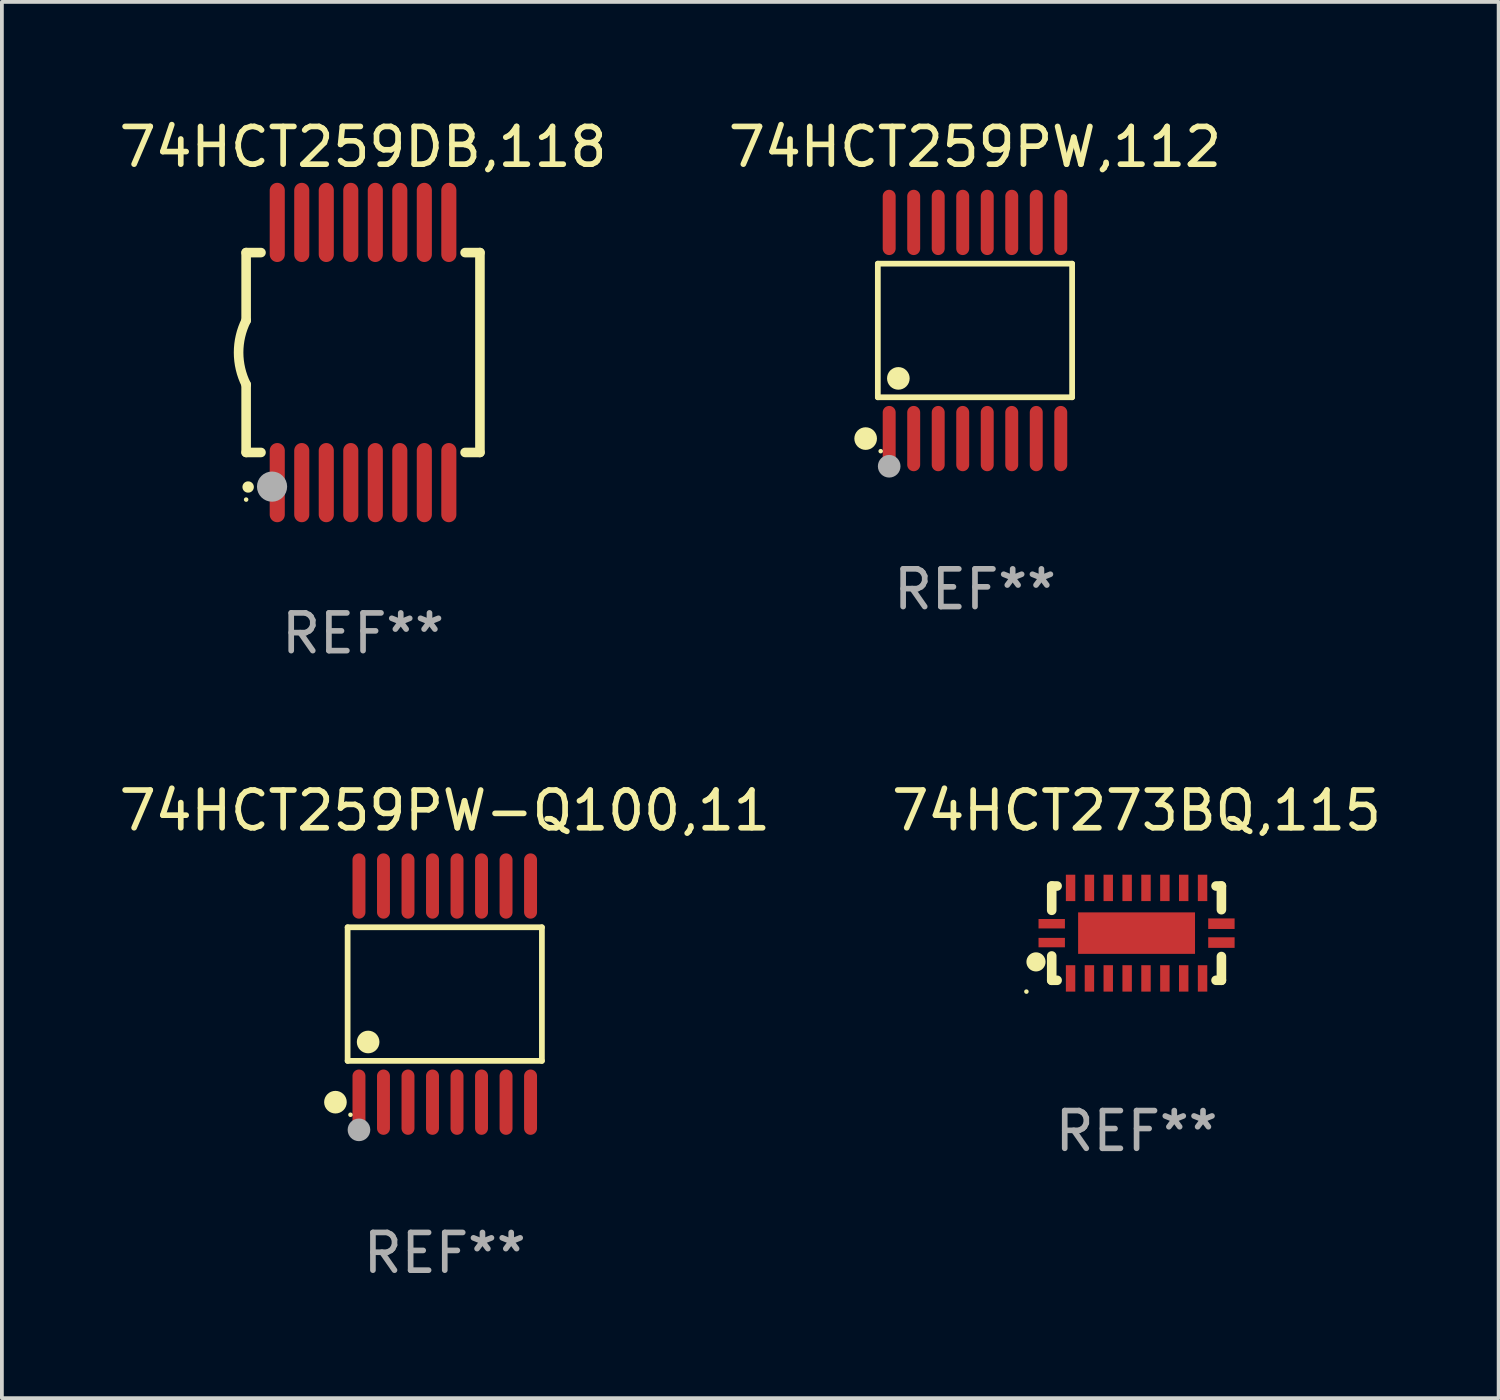
<source format=kicad_pcb>
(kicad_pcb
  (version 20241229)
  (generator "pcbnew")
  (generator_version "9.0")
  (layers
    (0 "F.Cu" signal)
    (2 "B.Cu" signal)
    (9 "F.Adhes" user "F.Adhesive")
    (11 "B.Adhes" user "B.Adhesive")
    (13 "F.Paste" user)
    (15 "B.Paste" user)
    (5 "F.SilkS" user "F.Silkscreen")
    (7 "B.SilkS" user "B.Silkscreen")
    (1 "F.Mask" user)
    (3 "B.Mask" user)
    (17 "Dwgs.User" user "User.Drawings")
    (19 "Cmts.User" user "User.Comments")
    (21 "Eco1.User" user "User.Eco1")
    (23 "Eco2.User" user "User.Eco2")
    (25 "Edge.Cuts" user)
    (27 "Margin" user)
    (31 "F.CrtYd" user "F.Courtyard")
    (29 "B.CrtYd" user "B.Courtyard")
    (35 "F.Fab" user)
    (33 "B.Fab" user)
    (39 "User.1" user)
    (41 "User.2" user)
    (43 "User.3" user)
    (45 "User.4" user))
  (footprint "74HCT259PW,112"
    (layer "F.Cu")
    (at 22.804 5.714)
    (property "Reference" "74HCT259PW,112" (at 0 -4.866 0) (layer "F.SilkS") (effects (font (size 1 1) (thickness 0.15))))
    (attr through_hole)
    (fp_line (start -2.576 -1.772) (end 2.576 -1.772) (stroke (width 0.152) (type solid)) (layer "F.SilkS"))
    (fp_line (start -2.576 1.771) (end -2.576 -1.772) (stroke (width 0.152) (type solid)) (layer "F.SilkS"))
    (fp_line (start 2.576 -1.772) (end 2.576 1.771) (stroke (width 0.152) (type solid)) (layer "F.SilkS"))
    (fp_line (start 2.576 1.771) (end -2.576 1.771) (stroke (width 0.152) (type solid)) (layer "F.SilkS"))
    (fp_circle (center -2.899 2.866) (end -2.749 2.866) (stroke (width 0.3) (type solid)) (fill no) (layer "F.SilkS"))
    (fp_circle (center -2.5 3.2) (end -2.47 3.2) (stroke (width 0.06) (type solid)) (fill no) (layer "F.SilkS"))
    (fp_circle (center -2.032 1.27) (end -1.882 1.27) (stroke (width 0.3) (type solid)) (fill no) (layer "F.SilkS"))
    (fp_circle (center -2.275 3.6) (end -2.125 3.6) (stroke (width 0.3) (type solid)) (fill no) (layer "F.Fab"))
    (fp_text user "REF**" (at 0 6.866 0) (layer "F.Fab") (effects (font (size 1 1) (thickness 0.15))))
    (pad "1" smd oval (at -2.275 2.866) (size 0.343 1.731) (layers "F.Cu" "F.Mask" "F.Paste"))
    (pad "2" smd oval (at -1.625 2.866) (size 0.343 1.731) (layers "F.Cu" "F.Mask" "F.Paste"))
    (pad "3" smd oval (at -0.975 2.866) (size 0.343 1.731) (layers "F.Cu" "F.Mask" "F.Paste"))
    (pad "4" smd oval (at -0.325 2.866) (size 0.343 1.731) (layers "F.Cu" "F.Mask" "F.Paste"))
    (pad "5" smd oval (at 0.325 2.866) (size 0.343 1.731) (layers "F.Cu" "F.Mask" "F.Paste"))
    (pad "6" smd oval (at 0.975 2.866) (size 0.343 1.731) (layers "F.Cu" "F.Mask" "F.Paste"))
    (pad "7" smd oval (at 1.625 2.866) (size 0.343 1.731) (layers "F.Cu" "F.Mask" "F.Paste"))
    (pad "8" smd oval (at 2.275 2.866) (size 0.343 1.731) (layers "F.Cu" "F.Mask" "F.Paste"))
    (pad "9" smd oval (at 2.275 -2.866) (size 0.343 1.731) (layers "F.Cu" "F.Mask" "F.Paste"))
    (pad "10" smd oval (at 1.625 -2.866) (size 0.343 1.731) (layers "F.Cu" "F.Mask" "F.Paste"))
    (pad "11" smd oval (at 0.975 -2.866) (size 0.343 1.731) (layers "F.Cu" "F.Mask" "F.Paste"))
    (pad "12" smd oval (at 0.325 -2.866) (size 0.343 1.731) (layers "F.Cu" "F.Mask" "F.Paste"))
    (pad "13" smd oval (at -0.325 -2.866) (size 0.343 1.731) (layers "F.Cu" "F.Mask" "F.Paste"))
    (pad "14" smd oval (at -0.975 -2.866) (size 0.343 1.731) (layers "F.Cu" "F.Mask" "F.Paste"))
    (pad "15" smd oval (at -1.625 -2.866) (size 0.343 1.731) (layers "F.Cu" "F.Mask" "F.Paste"))
    (pad "16" smd oval (at -2.275 -2.866) (size 0.343 1.731) (layers "F.Cu" "F.Mask" "F.Paste")))
  (footprint "74HCT259PW-Q100,11"
    (layer "F.Cu")
    (at 8.744 23.311)
    (property "Reference" "74HCT259PW-Q100,11" (at 0 -4.866 0) (layer "F.SilkS") (effects (font (size 1 1) (thickness 0.15))))
    (attr through_hole)
    (fp_line (start -2.576 -1.772) (end 2.576 -1.772) (stroke (width 0.152) (type solid)) (layer "F.SilkS"))
    (fp_line (start -2.576 1.771) (end -2.576 -1.772) (stroke (width 0.152) (type solid)) (layer "F.SilkS"))
    (fp_line (start 2.576 -1.772) (end 2.576 1.771) (stroke (width 0.152) (type solid)) (layer "F.SilkS"))
    (fp_line (start 2.576 1.771) (end -2.576 1.771) (stroke (width 0.152) (type solid)) (layer "F.SilkS"))
    (fp_circle (center -2.899 2.866) (end -2.749 2.866) (stroke (width 0.3) (type solid)) (fill no) (layer "F.SilkS"))
    (fp_circle (center -2.5 3.2) (end -2.47 3.2) (stroke (width 0.06) (type solid)) (fill no) (layer "F.SilkS"))
    (fp_circle (center -2.032 1.27) (end -1.882 1.27) (stroke (width 0.3) (type solid)) (fill no) (layer "F.SilkS"))
    (fp_circle (center -2.275 3.6) (end -2.125 3.6) (stroke (width 0.3) (type solid)) (fill no) (layer "F.Fab"))
    (fp_text user "REF**" (at 0 6.866 0) (layer "F.Fab") (effects (font (size 1 1) (thickness 0.15))))
    (pad "1" smd oval (at -2.275 2.866) (size 0.343 1.731) (layers "F.Cu" "F.Mask" "F.Paste"))
    (pad "2" smd oval (at -1.625 2.866) (size 0.343 1.731) (layers "F.Cu" "F.Mask" "F.Paste"))
    (pad "3" smd oval (at -0.975 2.866) (size 0.343 1.731) (layers "F.Cu" "F.Mask" "F.Paste"))
    (pad "4" smd oval (at -0.325 2.866) (size 0.343 1.731) (layers "F.Cu" "F.Mask" "F.Paste"))
    (pad "5" smd oval (at 0.325 2.866) (size 0.343 1.731) (layers "F.Cu" "F.Mask" "F.Paste"))
    (pad "6" smd oval (at 0.975 2.866) (size 0.343 1.731) (layers "F.Cu" "F.Mask" "F.Paste"))
    (pad "7" smd oval (at 1.625 2.866) (size 0.343 1.731) (layers "F.Cu" "F.Mask" "F.Paste"))
    (pad "8" smd oval (at 2.275 2.866) (size 0.343 1.731) (layers "F.Cu" "F.Mask" "F.Paste"))
    (pad "9" smd oval (at 2.275 -2.866) (size 0.343 1.731) (layers "F.Cu" "F.Mask" "F.Paste"))
    (pad "10" smd oval (at 1.625 -2.866) (size 0.343 1.731) (layers "F.Cu" "F.Mask" "F.Paste"))
    (pad "11" smd oval (at 0.975 -2.866) (size 0.343 1.731) (layers "F.Cu" "F.Mask" "F.Paste"))
    (pad "12" smd oval (at 0.325 -2.866) (size 0.343 1.731) (layers "F.Cu" "F.Mask" "F.Paste"))
    (pad "13" smd oval (at -0.325 -2.866) (size 0.343 1.731) (layers "F.Cu" "F.Mask" "F.Paste"))
    (pad "14" smd oval (at -0.975 -2.866) (size 0.343 1.731) (layers "F.Cu" "F.Mask" "F.Paste"))
    (pad "15" smd oval (at -1.625 -2.866) (size 0.343 1.731) (layers "F.Cu" "F.Mask" "F.Paste"))
    (pad "16" smd oval (at -2.275 -2.866) (size 0.343 1.731) (layers "F.Cu" "F.Mask" "F.Paste")))
  (footprint "74HCT259DB,118"
    (layer "F.Cu")
    (at 6.577 6.298)
    (property "Reference" "74HCT259DB,118" (at 0 -5.45 0) (layer "F.SilkS") (effects (font (size 1 1) (thickness 0.15))))
    (attr through_hole)
    (fp_line (start -3.1 -2.65) (end -3.1 -0.85) (stroke (width 0.254) (type solid)) (layer "F.SilkS"))
    (fp_line (start -3.1 -2.65) (end -2.706 -2.65) (stroke (width 0.254) (type solid)) (layer "F.SilkS"))
    (fp_line (start -3.1 2.65) (end -3.1 0.85) (stroke (width 0.254) (type solid)) (layer "F.SilkS"))
    (fp_line (start -3.1 2.65) (end -2.706 2.65) (stroke (width 0.254) (type solid)) (layer "F.SilkS"))
    (fp_line (start 2.706 -2.65) (end 3.1 -2.65) (stroke (width 0.254) (type solid)) (layer "F.SilkS"))
    (fp_line (start 2.706 2.65) (end 3.1 2.65) (stroke (width 0.254) (type solid)) (layer "F.SilkS"))
    (fp_line (start 3.1 -2.65) (end 3.1 2.65) (stroke (width 0.254) (type solid)) (layer "F.SilkS"))
    (fp_arc (start -3.098907 0.850902) (mid -3.300057 0.000523) (end -3.1 -0.850114) (stroke (width 0.254001) (type solid)) (layer "F.SilkS"))
    (fp_arc (start -3.048006 3.566066) (mid -3.046736 3.566061) (end -3.045466 3.566066) (stroke (width 0.3) (type solid)) (layer "F.SilkS"))
    (fp_circle (center -3.1 3.9) (end -3.07 3.9) (stroke (width 0.06) (type solid)) (fill no) (layer "F.SilkS"))
    (fp_circle (center -2.413 3.556) (end -2.213 3.556) (stroke (width 0.4) (type solid)) (fill no) (layer "F.Fab"))
    (fp_text user "REF**" (at 0 7.45 0) (layer "F.Fab") (effects (font (size 1 1) (thickness 0.15))))
    (pad "1" smd oval (at -2.275 3.45 180) (size 0.4 2.1) (layers "F.Cu" "F.Mask" "F.Paste"))
    (pad "2" smd oval (at -1.625 3.45 180) (size 0.4 2.1) (layers "F.Cu" "F.Mask" "F.Paste"))
    (pad "3" smd oval (at -0.975 3.45 180) (size 0.4 2.1) (layers "F.Cu" "F.Mask" "F.Paste"))
    (pad "4" smd oval (at -0.325 3.45 180) (size 0.4 2.1) (layers "F.Cu" "F.Mask" "F.Paste"))
    (pad "5" smd oval (at 0.325 3.45 180) (size 0.4 2.1) (layers "F.Cu" "F.Mask" "F.Paste"))
    (pad "6" smd oval (at 0.975 3.45 180) (size 0.4 2.1) (layers "F.Cu" "F.Mask" "F.Paste"))
    (pad "7" smd oval (at 1.625 3.45 180) (size 0.4 2.1) (layers "F.Cu" "F.Mask" "F.Paste"))
    (pad "8" smd oval (at 2.275 3.45 180) (size 0.4 2.1) (layers "F.Cu" "F.Mask" "F.Paste"))
    (pad "9" smd oval (at 2.275 -3.45 180) (size 0.4 2.1) (layers "F.Cu" "F.Mask" "F.Paste"))
    (pad "10" smd oval (at 1.625 -3.45 180) (size 0.4 2.1) (layers "F.Cu" "F.Mask" "F.Paste"))
    (pad "11" smd oval (at 0.975 -3.45 180) (size 0.4 2.1) (layers "F.Cu" "F.Mask" "F.Paste"))
    (pad "12" smd oval (at 0.325 -3.45 180) (size 0.4 2.1) (layers "F.Cu" "F.Mask" "F.Paste"))
    (pad "13" smd oval (at -0.325 -3.45 180) (size 0.4 2.1) (layers "F.Cu" "F.Mask" "F.Paste"))
    (pad "14" smd oval (at -0.975 -3.45 180) (size 0.4 2.1) (layers "F.Cu" "F.Mask" "F.Paste"))
    (pad "15" smd oval (at -1.625 -3.45 180) (size 0.4 2.1) (layers "F.Cu" "F.Mask" "F.Paste"))
    (pad "16" smd oval (at -2.275 -3.45 180) (size 0.4 2.1) (layers "F.Cu" "F.Mask" "F.Paste")))
  (footprint "74HCT273BQ,115"
    (layer "F.Cu")
    (at 27.089 21.695)
    (property "Reference" "74HCT273BQ,115" (at 0 -3.25 0) (layer "F.SilkS") (effects (font (size 1 1) (thickness 0.15))))
    (attr through_hole)
    (fp_line (start -2.25 0.605) (end -2.25 1.25) (stroke (width 0.254) (type solid)) (layer "F.SilkS"))
    (fp_line (start -2.25 1.25) (end -2.107 1.25) (stroke (width 0.254) (type solid)) (layer "F.SilkS"))
    (fp_line (start -2.25 -1.25) (end -2.25 -0.606) (stroke (width 0.254) (type solid)) (layer "F.SilkS"))
    (fp_line (start -2.25 -1.25) (end -2.107 -1.25) (stroke (width 0.254) (type solid)) (layer "F.SilkS"))
    (fp_line (start 2.107 -1.25) (end 2.25 -1.25) (stroke (width 0.254) (type solid)) (layer "F.SilkS"))
    (fp_line (start 2.107 1.25) (end 2.25 1.25) (stroke (width 0.254) (type solid)) (layer "F.SilkS"))
    (fp_line (start 2.25 -1.25) (end 2.25 -0.622) (stroke (width 0.254) (type solid)) (layer "F.SilkS"))
    (fp_line (start 2.25 0.62) (end 2.25 1.25) (stroke (width 0.254) (type solid)) (layer "F.SilkS"))
    (fp_circle (center -2.921 1.55) (end -2.891 1.55) (stroke (width 0.06) (type solid)) (fill no) (layer "F.SilkS"))
    (fp_circle (center -2.667 0.762) (end -2.54 0.762) (stroke (width 0.254) (type solid)) (fill no) (layer "F.SilkS"))
    (fp_text user "REF**" (at 0 5.25 0) (layer "F.Fab") (effects (font (size 1 1) (thickness 0.15))))
    (pad "1" smd rect (at -2.25 0.25 180) (size 0.7 0.25) (layers "F.Cu" "F.Mask" "F.Paste"))
    (pad "2" smd rect (at -1.75 1.2 90) (size 0.7 0.25) (layers "F.Cu" "F.Mask" "F.Paste"))
    (pad "3" smd rect (at -1.25 1.2 90) (size 0.7 0.25) (layers "F.Cu" "F.Mask" "F.Paste"))
    (pad "4" smd rect (at -0.751 1.2 90) (size 0.7 0.25) (layers "F.Cu" "F.Mask" "F.Paste"))
    (pad "5" smd rect (at -0.25 1.2 90) (size 0.7 0.25) (layers "F.Cu" "F.Mask" "F.Paste"))
    (pad "6" smd rect (at 0.25 1.2 90) (size 0.7 0.25) (layers "F.Cu" "F.Mask" "F.Paste"))
    (pad "7" smd rect (at 0.751 1.2 90) (size 0.7 0.25) (layers "F.Cu" "F.Mask" "F.Paste"))
    (pad "8" smd rect (at 1.25 1.2 90) (size 0.7 0.25) (layers "F.Cu" "F.Mask" "F.Paste"))
    (pad "9" smd rect (at 1.75 1.2 90) (size 0.7 0.25) (layers "F.Cu" "F.Mask" "F.Paste"))
    (pad "10" smd rect (at 2.25 0.25 180) (size 0.7 0.28) (layers "F.Cu" "F.Mask" "F.Paste"))
    (pad "11" smd rect (at 2.25 -0.251 180) (size 0.7 0.28) (layers "F.Cu" "F.Mask" "F.Paste"))
    (pad "12" smd rect (at 1.75 -1.2 90) (size 0.7 0.25) (layers "F.Cu" "F.Mask" "F.Paste"))
    (pad "13" smd rect (at 1.25 -1.2 90) (size 0.7 0.25) (layers "F.Cu" "F.Mask" "F.Paste"))
    (pad "14" smd rect (at 0.751 -1.2 90) (size 0.7 0.25) (layers "F.Cu" "F.Mask" "F.Paste"))
    (pad "15" smd rect (at 0.25 -1.2 90) (size 0.7 0.25) (layers "F.Cu" "F.Mask" "F.Paste"))
    (pad "16" smd rect (at -0.25 -1.2 90) (size 0.7 0.25) (layers "F.Cu" "F.Mask" "F.Paste"))
    (pad "17" smd rect (at -0.751 -1.2 90) (size 0.7 0.25) (layers "F.Cu" "F.Mask" "F.Paste"))
    (pad "18" smd rect (at -1.25 -1.2 90) (size 0.7 0.25) (layers "F.Cu" "F.Mask" "F.Paste"))
    (pad "19" smd rect (at -1.75 -1.2 90) (size 0.7 0.25) (layers "F.Cu" "F.Mask" "F.Paste"))
    (pad "20" smd rect (at -2.25 -0.25 180) (size 0.7 0.25) (layers "F.Cu" "F.Mask" "F.Paste"))
    (pad "21" smd rect (at 0 -0.001 180) (size 3.1 1.1) (layers "F.Cu" "F.Mask" "F.Paste")))
  (gr_rect
    (start -3 -3)
    (end 36.69 34.025)
    (stroke (width 0.1) (type default))
    (fill no)
    (layer "Edge.Cuts")))
</source>
